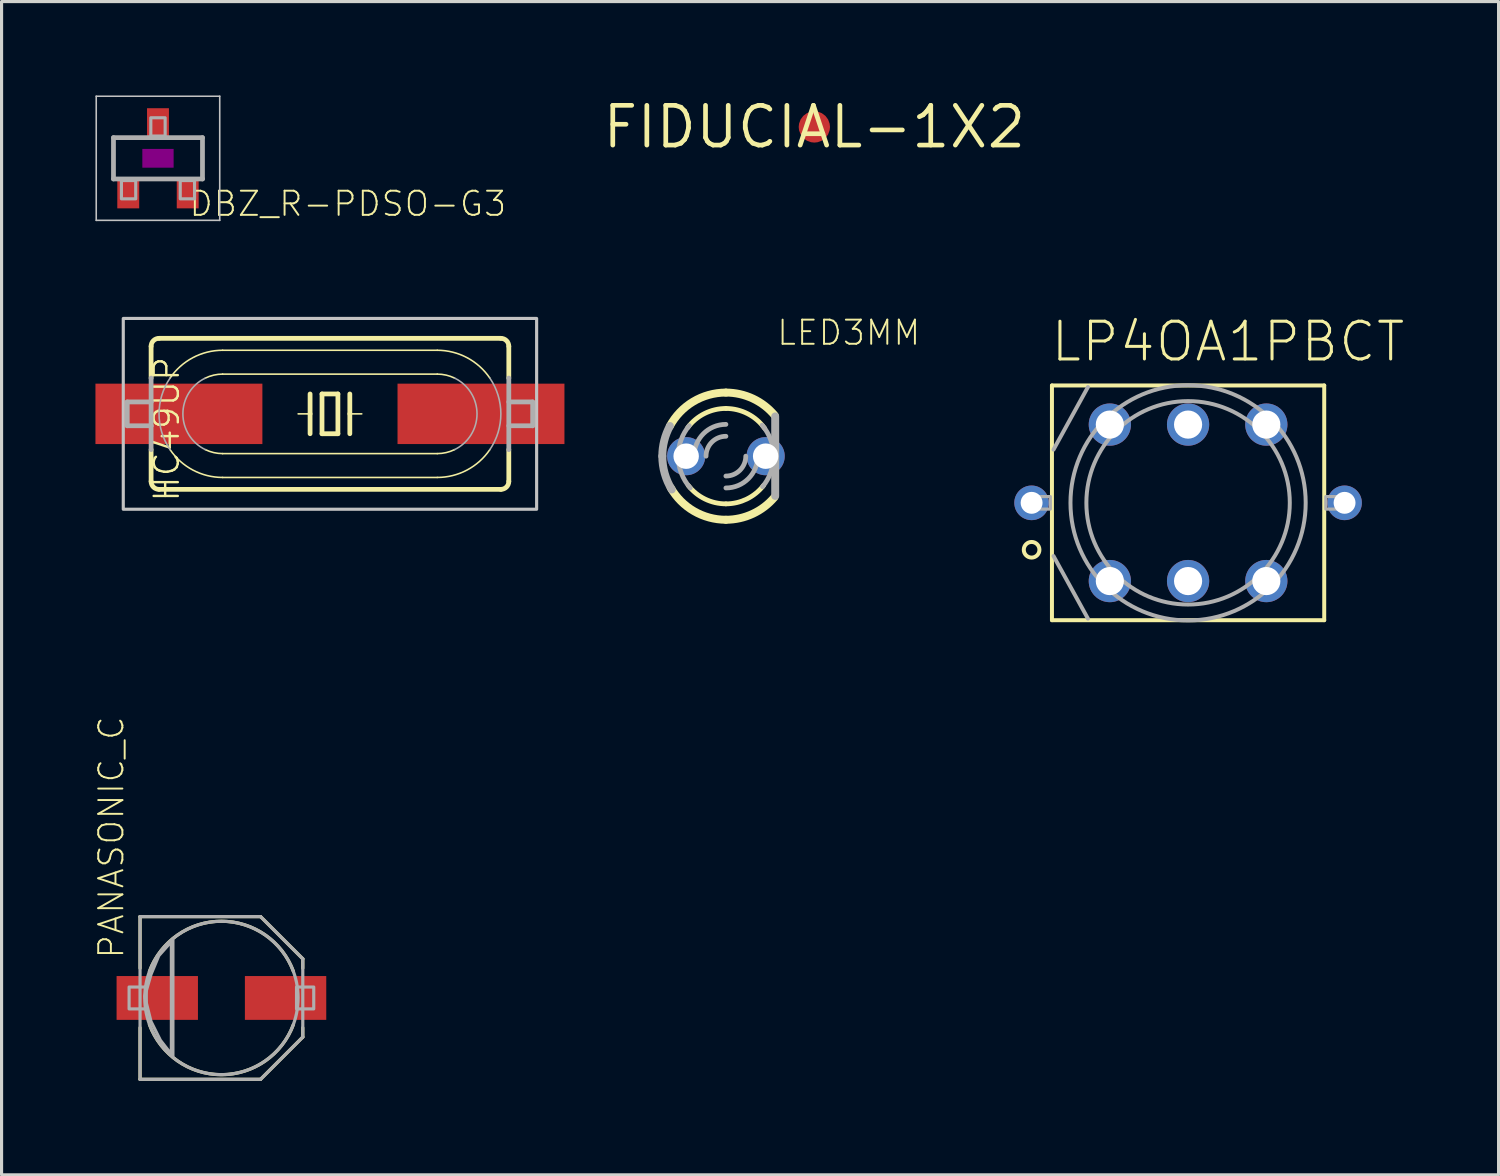
<source format=kicad_pcb>
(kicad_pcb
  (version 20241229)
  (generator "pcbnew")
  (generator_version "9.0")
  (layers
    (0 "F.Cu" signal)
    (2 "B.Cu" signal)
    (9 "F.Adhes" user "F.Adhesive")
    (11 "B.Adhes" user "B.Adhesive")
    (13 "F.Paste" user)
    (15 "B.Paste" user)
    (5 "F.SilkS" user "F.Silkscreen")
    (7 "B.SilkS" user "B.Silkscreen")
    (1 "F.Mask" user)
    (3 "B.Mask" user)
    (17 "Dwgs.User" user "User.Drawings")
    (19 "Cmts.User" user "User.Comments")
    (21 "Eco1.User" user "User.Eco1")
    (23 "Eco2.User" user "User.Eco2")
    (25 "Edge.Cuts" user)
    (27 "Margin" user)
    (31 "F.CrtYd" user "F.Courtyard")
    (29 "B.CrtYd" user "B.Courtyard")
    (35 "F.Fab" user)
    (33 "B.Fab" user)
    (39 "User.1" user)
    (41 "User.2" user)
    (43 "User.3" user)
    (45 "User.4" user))
  (footprint "FIDUCIAL-1X2"
    (layer "F.Cu")
    (at 22.971 1.006)
    (property "Reference" "FIDUCIAL-1X2" (at 0 0 0) (layer "F.SilkS") (effects (font (size 1.27 1.27) (thickness 0.15))))
    (attr through_hole)
    (pad "1" smd roundrect (at 0 0) (size 1 1) (layers "F.Cu" "F.Mask") (roundrect_rratio 0.5)))
  (footprint "LP4OA1PBCT"
    (layer "F.Cu")
    (at 34.913 13.017)
    (property "Reference" "LP4OA1PBCT" (at -4.445 -4.445 0) (layer "F.SilkS") (effects (font (size 1.206 1.206) (thickness 0.097)) (justify left bottom)))
    (attr through_hole)
    (fp_line (start -4.35 -3.75) (end 4.35 -3.75) (stroke (width 0.127) (type solid)) (layer "F.SilkS"))
    (fp_line (start -4.35 3.75) (end -4.35 -3.75) (stroke (width 0.127) (type solid)) (layer "F.SilkS"))
    (fp_line (start -4.35 3.75) (end 4.35 3.75) (stroke (width 0.127) (type solid)) (layer "F.SilkS"))
    (fp_line (start 4.35 3.75) (end 4.35 -3.75) (stroke (width 0.127) (type solid)) (layer "F.SilkS"))
    (fp_circle (center -5 1.5) (end -4.75 1.5) (stroke (width 0.127) (type solid)) (fill no) (layer "F.SilkS"))
    (fp_line (start -4.3 1.7) (end -3.2 3.7) (stroke (width 0.127) (type solid)) (layer "F.Fab"))
    (fp_line (start -3.2 -3.7) (end -4.3 -1.7) (stroke (width 0.127) (type solid)) (layer "F.Fab"))
    (fp_circle (center 0 0) (end 3.25 0) (stroke (width 0.127) (type solid)) (fill no) (layer "F.Fab"))
    (fp_circle (center 0 0) (end 3.758 0) (stroke (width 0.127) (type solid)) (fill no) (layer "F.Fab"))
    (fp_poly (pts (xy -5 0.2) (xy -4.4 0.2) (xy -4.4 -0.2) (xy -5 -0.2)) (stroke (width 0.1) (type solid)) (fill no) (layer "F.Fab"))
    (fp_poly (pts (xy 4.4 0.2) (xy 5 0.2) (xy 5 -0.2) (xy 4.4 -0.2)) (stroke (width 0.1) (type solid)) (fill no) (layer "F.Fab"))
    (pad "L1" thru_hole circle (at 5 0) (size 1.106 1.106) (drill 0.7) (layers "*.Cu" "*.Mask"))
    (pad "L2" thru_hole circle (at -5 0) (size 1.106 1.106) (drill 0.7) (layers "*.Cu" "*.Mask"))
    (pad "P1" thru_hole circle (at 2.5 -2.5) (size 1.35 1.35) (drill 0.9) (layers "*.Cu" "*.Mask"))
    (pad "P2" thru_hole circle (at 0 -2.5) (size 1.35 1.35) (drill 0.9) (layers "*.Cu" "*.Mask"))
    (pad "P3" thru_hole circle (at -2.5 -2.5) (size 1.35 1.35) (drill 0.9) (layers "*.Cu" "*.Mask"))
    (pad "P4" thru_hole circle (at 2.5 2.5) (size 1.35 1.35) (drill 0.9) (layers "*.Cu" "*.Mask"))
    (pad "P5" thru_hole circle (at 0 2.5) (size 1.35 1.35) (drill 0.9) (layers "*.Cu" "*.Mask"))
    (pad "P6" thru_hole circle (at -2.5 2.5) (size 1.35 1.35) (drill 0.9) (layers "*.Cu" "*.Mask")))
  (footprint "LED3MM"
    (layer "F.Cu")
    (at 20.145 11.526)
    (property "Reference" "LED3MM" (at 1.587 -3.493 180) (layer "F.SilkS") (effects (font (size 0.772 0.772) (thickness 0.062)) (justify left bottom)))
    (attr through_hole)
    (fp_arc (start -1.7929 -0.9562) (mid -1.045438 -1.7424) (end 0 -2.032) (stroke (width 0.254) (type solid)) (layer "F.SilkS"))
    (fp_arc (start -1.2192 -0.9144) (mid -0.681554 -1.363107) (end 0 -1.524) (stroke (width 0.1524) (type solid)) (layer "F.SilkS"))
    (fp_arc (start 0 -2.032) (mid 0.861864 -1.840173) (end 1.561 -1.3009) (stroke (width 0.254) (type solid)) (layer "F.SilkS"))
    (fp_arc (start 0 -1.524) (mid 0.697339 -1.355082) (end 1.2401 -0.885801) (stroke (width 0.1524) (type solid)) (layer "F.SilkS"))
    (fp_arc (start 0 1.524) (mid -0.669593 1.369018) (end -1.203 0.9356) (stroke (width 0.1524) (type solid)) (layer "F.SilkS"))
    (fp_arc (start 0 2.032) (mid -1.019924 1.757525) (end -1.7643 1.0082) (stroke (width 0.254) (type solid)) (layer "F.SilkS"))
    (fp_arc (start 1.203 0.9356) (mid 0.669593 1.369018) (end 0 1.524) (stroke (width 0.1524) (type solid)) (layer "F.SilkS"))
    (fp_arc (start 1.5512 1.3126) (mid 0.854953 1.843405) (end 0 2.032) (stroke (width 0.254) (type solid)) (layer "F.SilkS"))
    (fp_line (start 1.575 1.27) (end 1.575 -1.27) (stroke (width 0.254) (type solid)) (layer "F.Fab"))
    (fp_arc (start -2.032 0) (mid -1.970339 -0.496775) (end -1.7891 -0.9634) (stroke (width 0.254) (type solid)) (layer "F.Fab"))
    (fp_arc (start -1.7306 1.065) (mid -1.95521 0.553417) (end -2.032 0) (stroke (width 0.254) (type solid)) (layer "F.Fab"))
    (fp_arc (start -1.524 0) (mid -1.432981 -0.518783) (end -1.1708 -0.9756) (stroke (width 0.1524) (type solid)) (layer "F.Fab"))
    (fp_arc (start -1.1391 1.0125) (mid -1.42454 0.5416) (end -1.524 0) (stroke (width 0.1524) (type solid)) (layer "F.Fab"))
    (fp_arc (start -1.016 0) (mid -0.71842 -0.71842) (end 0 -1.016) (stroke (width 0.1524) (type solid)) (layer "F.Fab"))
    (fp_arc (start -0.635 0) (mid -0.449013 -0.449013) (end 0 -0.635) (stroke (width 0.1524) (type solid)) (layer "F.Fab"))
    (fp_arc (start 0.635 0) (mid 0.449013 0.449013) (end 0 0.635) (stroke (width 0.1524) (type solid)) (layer "F.Fab"))
    (fp_arc (start 1.016 0) (mid 0.71842 0.71842) (end 0 1.016) (stroke (width 0.1524) (type solid)) (layer "F.Fab"))
    (fp_arc (start 1.1571 -0.9918) (mid 1.429332 -0.528744) (end 1.524 0) (stroke (width 0.1524) (type solid)) (layer "F.Fab"))
    (fp_arc (start 1.524 0) (mid 1.432981 0.518783) (end 1.1708 0.9756) (stroke (width 0.1524) (type solid)) (layer "F.Fab"))
    (pad "A" thru_hole circle (at -1.27 0) (size 1.219 1.219) (drill 0.813) (layers "*.Cu" "*.Mask"))
    (pad "K" thru_hole circle (at 1.27 0) (size 1.219 1.219) (drill 0.813) (layers "*.Cu" "*.Mask")))
  (footprint "PANASONIC_C"
    (layer "F.Cu")
    (at 4.025 28.838)
    (property "Reference" "PANASONIC_C" (at -3.067 -1.21 90) (layer "F.SilkS") (effects (font (size 0.772 0.772) (thickness 0.062)) (justify left bottom)))
    (attr through_hole)
    (fp_line (start -2.6 -2.6) (end 1.25 -2.6) (stroke (width 0.102) (type solid)) (layer "F.SilkS"))
    (fp_line (start -2.6 -0.95) (end -2.6 -2.6) (stroke (width 0.102) (type solid)) (layer "F.SilkS"))
    (fp_line (start -2.6 2.6) (end -2.6 0.95) (stroke (width 0.102) (type solid)) (layer "F.SilkS"))
    (fp_line (start 1.25 -2.6) (end 2.6 -1.25) (stroke (width 0.102) (type solid)) (layer "F.SilkS"))
    (fp_line (start 1.25 2.6) (end -2.6 2.6) (stroke (width 0.102) (type solid)) (layer "F.SilkS"))
    (fp_line (start 2.6 -1.25) (end 2.6 -0.95) (stroke (width 0.102) (type solid)) (layer "F.SilkS"))
    (fp_line (start 2.6 0.95) (end 2.6 1.25) (stroke (width 0.102) (type solid)) (layer "F.SilkS"))
    (fp_line (start 2.6 1.25) (end 1.25 2.6) (stroke (width 0.102) (type solid)) (layer "F.SilkS"))
    (fp_arc (start -2.3 -0.85) (mid 0 -2.45204) (end 2.3 -0.85) (stroke (width 0.1016) (type solid)) (layer "F.SilkS"))
    (fp_arc (start 2.3 0.85) (mid 0 2.45204) (end -2.3 0.85) (stroke (width 0.1016) (type solid)) (layer "F.SilkS"))
    (fp_line (start -2.6 -2.6) (end 1.25 -2.6) (stroke (width 0.102) (type solid)) (layer "F.Fab"))
    (fp_line (start -2.6 2.6) (end -2.6 -2.6) (stroke (width 0.102) (type solid)) (layer "F.Fab"))
    (fp_line (start -1.55 -1.85) (end -1.55 1.85) (stroke (width 0.102) (type solid)) (layer "F.Fab"))
    (fp_line (start 1.25 -2.6) (end 2.6 -1.25) (stroke (width 0.102) (type solid)) (layer "F.Fab"))
    (fp_line (start 1.25 2.6) (end -2.6 2.6) (stroke (width 0.102) (type solid)) (layer "F.Fab"))
    (fp_line (start 2.6 -1.25) (end 2.6 1.25) (stroke (width 0.102) (type solid)) (layer "F.Fab"))
    (fp_line (start 2.6 1.25) (end 1.25 2.6) (stroke (width 0.102) (type solid)) (layer "F.Fab"))
    (fp_circle (center 0 0) (end 2.45 0) (stroke (width 0.102) (type solid)) (fill no) (layer "F.Fab"))
    (fp_poly (pts (xy -2.95 0.35) (xy -2.4 0.35) (xy -2.4 -0.35) (xy -2.95 -0.35)) (stroke (width 0.1) (type solid)) (fill no) (layer "F.Fab"))
    (fp_poly (pts (xy 2.4 0.35) (xy 2.95 0.35) (xy 2.95 -0.35) (xy 2.4 -0.35)) (stroke (width 0.1) (type solid)) (fill no) (layer "F.Fab"))
    (fp_poly (pts (xy -1.6 -1.8) (xy -2 -1.35) (xy -2.25 -0.75) (xy -2.45 -0.05) (xy -2.25 0.75) (xy -1.95 1.35) (xy -1.6 1.8)) (stroke (width 0.1) (type solid)) (fill no) (layer "F.Fab"))
    (pad "+" smd rect (at 2.05 0) (size 2.6 1.4) (layers "F.Cu" "F.Mask" "F.Paste"))
    (pad "-" smd rect (at -2.05 0) (size 2.6 1.4) (layers "F.Cu" "F.Mask" "F.Paste")))
  (footprint "DBZ_R-PDSO-G3"
    (layer "F.Cu")
    (at 1.998 2.008)
    (property "Reference" "DBZ_R-PDSO-G3" (at 0.953 1.905 180) (layer "F.SilkS") (effects (font (size 0.772 0.772) (thickness 0.062)) (justify left bottom)))
    (attr through_hole)
    (fp_poly (pts (xy -0.5 0.3) (xy 0.5 0.3) (xy 0.5 -0.3) (xy -0.5 -0.3)) (stroke (width 0) (type solid)) (fill yes) (layer "F.Adhes"))
    (fp_line (start -1.973 -1.983) (end 1.973 -1.983) (stroke (width 0.051) (type solid)) (layer "Dwgs.User"))
    (fp_line (start -1.973 1.983) (end -1.973 -1.983) (stroke (width 0.051) (type solid)) (layer "Dwgs.User"))
    (fp_line (start 1.973 -1.983) (end 1.973 1.983) (stroke (width 0.051) (type solid)) (layer "Dwgs.User"))
    (fp_line (start 1.973 1.983) (end -1.973 1.983) (stroke (width 0.051) (type solid)) (layer "Dwgs.User"))
    (fp_line (start -1.422 -0.66) (end 1.422 -0.66) (stroke (width 0.152) (type solid)) (layer "F.Fab"))
    (fp_line (start -1.422 0.66) (end -1.422 -0.66) (stroke (width 0.152) (type solid)) (layer "F.Fab"))
    (fp_line (start 1.422 -0.66) (end 1.422 0.66) (stroke (width 0.152) (type solid)) (layer "F.Fab"))
    (fp_line (start 1.422 0.66) (end -1.422 0.66) (stroke (width 0.152) (type solid)) (layer "F.Fab"))
    (fp_poly (pts (xy -1.168 1.295) (xy -0.711 1.295) (xy -0.711 0.711) (xy -1.168 0.711)) (stroke (width 0.1) (type solid)) (fill no) (layer "F.Fab"))
    (fp_poly (pts (xy -0.229 -0.711) (xy 0.229 -0.711) (xy 0.229 -1.295) (xy -0.229 -1.295)) (stroke (width 0.1) (type solid)) (fill no) (layer "F.Fab"))
    (fp_poly (pts (xy 0.711 1.295) (xy 1.168 1.295) (xy 1.168 0.711) (xy 0.711 0.711)) (stroke (width 0.1) (type solid)) (fill no) (layer "F.Fab"))
    (pad "1" smd rect (at -0.95 1.1) (size 0.7 1) (layers "F.Cu" "F.Mask" "F.Paste"))
    (pad "2" smd rect (at 0.95 1.1) (size 0.7 1) (layers "F.Cu" "F.Mask" "F.Paste"))
    (pad "3" smd rect (at 0 -1.1) (size 0.7 1) (layers "F.Cu" "F.Mask" "F.Paste")))
  (footprint "HC49UP"
    (layer "F.Cu")
    (at 7.493 10.174)
    (property "Reference" "HC49UP" (at -4.763 2.857 270) (layer "F.SilkS") (effects (font (size 0.772 0.772) (thickness 0.077)) (justify left bottom)))
    (attr through_hole)
    (fp_line (start -5.715 -1.143) (end -5.715 -2.159) (stroke (width 0.152) (type solid)) (layer "F.SilkS"))
    (fp_line (start -5.715 2.159) (end -5.715 1.143) (stroke (width 0.152) (type solid)) (layer "F.SilkS"))
    (fp_line (start -3.429 -2.032) (end 3.429 -2.032) (stroke (width 0.051) (type solid)) (layer "F.SilkS"))
    (fp_line (start -3.429 -1.27) (end 3.429 -1.27) (stroke (width 0.051) (type solid)) (layer "F.SilkS"))
    (fp_line (start -0.635 -0.635) (end -0.635 0) (stroke (width 0.152) (type solid)) (layer "F.SilkS"))
    (fp_line (start -0.635 0) (end -1.016 0) (stroke (width 0.051) (type solid)) (layer "F.SilkS"))
    (fp_line (start -0.635 0) (end -0.635 0.635) (stroke (width 0.152) (type solid)) (layer "F.SilkS"))
    (fp_line (start -0.254 -0.635) (end -0.254 0.635) (stroke (width 0.152) (type solid)) (layer "F.SilkS"))
    (fp_line (start -0.254 0.635) (end 0.254 0.635) (stroke (width 0.152) (type solid)) (layer "F.SilkS"))
    (fp_line (start 0.254 -0.635) (end -0.254 -0.635) (stroke (width 0.152) (type solid)) (layer "F.SilkS"))
    (fp_line (start 0.254 0.635) (end 0.254 -0.635) (stroke (width 0.152) (type solid)) (layer "F.SilkS"))
    (fp_line (start 0.635 -0.635) (end 0.635 0) (stroke (width 0.152) (type solid)) (layer "F.SilkS"))
    (fp_line (start 0.635 0) (end 0.635 0.635) (stroke (width 0.152) (type solid)) (layer "F.SilkS"))
    (fp_line (start 0.635 0) (end 1.016 0) (stroke (width 0.051) (type solid)) (layer "F.SilkS"))
    (fp_line (start 3.429 1.27) (end -3.429 1.27) (stroke (width 0.051) (type solid)) (layer "F.SilkS"))
    (fp_line (start 3.429 2.032) (end -3.429 2.032) (stroke (width 0.051) (type solid)) (layer "F.SilkS"))
    (fp_line (start 5.461 -2.413) (end -5.461 -2.413) (stroke (width 0.152) (type solid)) (layer "F.SilkS"))
    (fp_line (start 5.461 2.413) (end -5.461 2.413) (stroke (width 0.152) (type solid)) (layer "F.SilkS"))
    (fp_line (start 5.715 -1.143) (end 5.715 -2.159) (stroke (width 0.152) (type solid)) (layer "F.SilkS"))
    (fp_line (start 5.715 2.159) (end 5.715 1.143) (stroke (width 0.152) (type solid)) (layer "F.SilkS"))
    (fp_arc (start -5.715 -2.159) (mid -5.640605 -2.338605) (end -5.461 -2.413) (stroke (width 0.1524) (type solid)) (layer "F.SilkS"))
    (fp_arc (start -5.461 2.413) (mid -5.640605 2.338605) (end -5.715 2.159) (stroke (width 0.1524) (type solid)) (layer "F.SilkS"))
    (fp_arc (start -5.1091 -1.143) (mid -4.379417 -1.796107) (end -3.429 -2.032101) (stroke (width 0.0508) (type solid)) (layer "F.SilkS"))
    (fp_arc (start -3.9826 -1.143) (mid -3.712991 -1.237845) (end -3.429 -1.27) (stroke (width 0.0508) (type solid)) (layer "F.SilkS"))
    (fp_arc (start -3.429 1.27) (mid -3.712991 1.237845) (end -3.9826 1.143) (stroke (width 0.0508) (type solid)) (layer "F.SilkS"))
    (fp_arc (start -3.429 2.032001) (mid -4.379408 1.796063) (end -5.1091 1.143) (stroke (width 0.0508) (type solid)) (layer "F.SilkS"))
    (fp_arc (start 3.429 -2.032) (mid 4.379408 -1.796062) (end 5.1091 -1.142999) (stroke (width 0.0508) (type solid)) (layer "F.SilkS"))
    (fp_arc (start 3.429 -1.27) (mid 3.712991 -1.237845) (end 3.9826 -1.143) (stroke (width 0.0508) (type solid)) (layer "F.SilkS"))
    (fp_arc (start 3.9826 1.143) (mid 3.712991 1.237845) (end 3.429 1.27) (stroke (width 0.0508) (type solid)) (layer "F.SilkS"))
    (fp_arc (start 5.109 1.142899) (mid 4.379368 1.795994) (end 3.429 2.032) (stroke (width 0.0508) (type solid)) (layer "F.SilkS"))
    (fp_arc (start 5.461 -2.413) (mid 5.640605 -2.338605) (end 5.715 -2.159) (stroke (width 0.1524) (type solid)) (layer "F.SilkS"))
    (fp_arc (start 5.715 2.159) (mid 5.640605 2.338605) (end 5.461 2.413) (stroke (width 0.1524) (type solid)) (layer "F.SilkS"))
    (fp_poly (pts (xy -6.604 3.048) (xy 6.604 3.048) (xy 6.604 -3.048) (xy -6.604 -3.048)) (stroke (width 0.1) (type solid)) (fill no) (layer "Dwgs.User"))
    (fp_line (start -6.477 0.381) (end -6.477 -0.381) (stroke (width 0.152) (type solid)) (layer "F.Fab"))
    (fp_line (start -5.715 -0.381) (end -6.477 -0.381) (stroke (width 0.152) (type solid)) (layer "F.Fab"))
    (fp_line (start -5.715 -0.381) (end -5.715 -1.143) (stroke (width 0.152) (type solid)) (layer "F.Fab"))
    (fp_line (start -5.715 0.381) (end -6.477 0.381) (stroke (width 0.152) (type solid)) (layer "F.Fab"))
    (fp_line (start -5.715 0.381) (end -5.715 -0.381) (stroke (width 0.152) (type solid)) (layer "F.Fab"))
    (fp_line (start -5.715 1.143) (end -5.715 0.381) (stroke (width 0.152) (type solid)) (layer "F.Fab"))
    (fp_line (start 5.715 -0.381) (end 6.477 -0.381) (stroke (width 0.152) (type solid)) (layer "F.Fab"))
    (fp_line (start 5.715 0.381) (end 6.477 0.381) (stroke (width 0.152) (type solid)) (layer "F.Fab"))
    (fp_line (start 5.715 1.143) (end 5.715 -1.143) (stroke (width 0.152) (type solid)) (layer "F.Fab"))
    (fp_line (start 6.477 0.381) (end 6.477 -0.381) (stroke (width 0.152) (type solid)) (layer "F.Fab"))
    (fp_arc (start -5.1091 1.143) (mid -5.46104 0) (end -5.1091 -1.143) (stroke (width 0.0508) (type solid)) (layer "F.Fab"))
    (fp_arc (start -3.9826 1.143) (mid -4.699009 0) (end -3.9826 -1.143) (stroke (width 0.0508) (type solid)) (layer "F.Fab"))
    (fp_arc (start 3.9826 -1.143) (mid 4.699009 0) (end 3.9826 1.143) (stroke (width 0.0508) (type solid)) (layer "F.Fab"))
    (fp_arc (start 5.1091 -1.143) (mid 5.46104 0) (end 5.1091 1.143) (stroke (width 0.0508) (type solid)) (layer "F.Fab"))
    (pad "1" smd rect (at -4.826 0) (size 5.334 1.93) (layers "F.Cu" "F.Mask" "F.Paste"))
    (pad "2" smd rect (at 4.826 0) (size 5.334 1.93) (layers "F.Cu" "F.Mask" "F.Paste")))
  (gr_rect
    (start -3 -3)
    (end 44.834 34.489)
    (stroke (width 0.1) (type default))
    (fill no)
    (layer "Edge.Cuts")))
</source>
